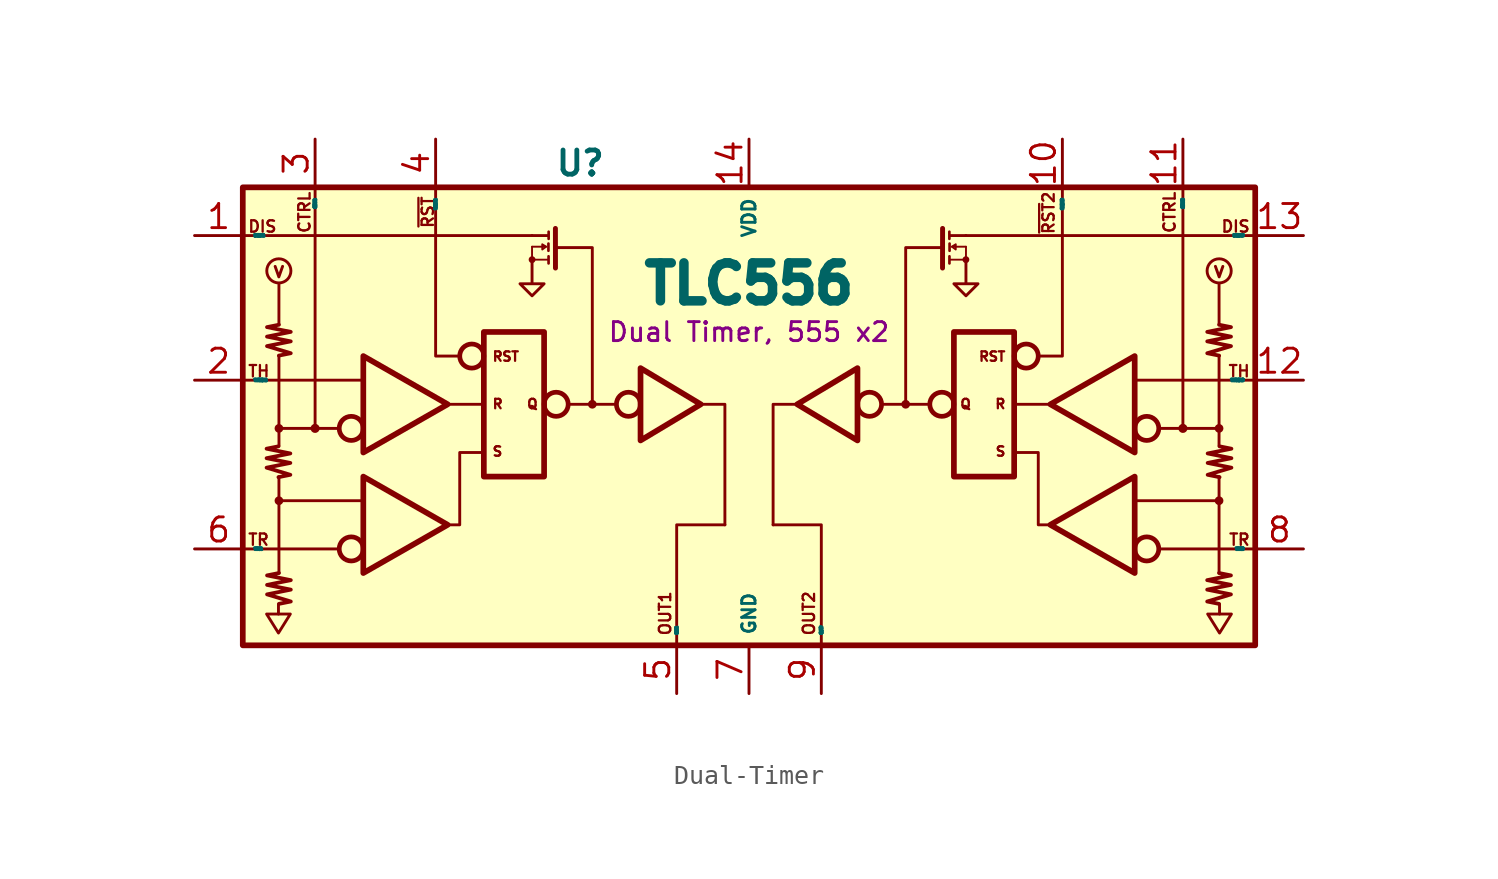
<source format=kicad_sym>
(kicad_symbol_lib
  (version 20241209)
  (generator "kicad_symbol_editor")
  (generator_version "9.0")
  (symbol "Dual-Timer"
    (property "Reference" "U"
      (at 11.43 3.81 0)
      (do_not_autoplace)
      (effects (font (size 1.27 1.27) (thickness 0.254) (bold yes))))
    (property "Value" "TLC556"
      (at 20.32 -2.54 0)
      (do_not_autoplace)
      (effects (font (size 2 2) (thickness 0.6) (bold yes))))
    (property "Description" "Dual Timer, 555 x2"
      (at 20.32 -5.08 0)
      (do_not_autoplace)
      (effects (font (size 1 1))))
    (symbol "Dual-Timer_0_1"
      (polyline (pts (xy -6.35 -7.62) (xy 0 -7.62)) (stroke (width 0) (type default)) (fill (type none)))
      (circle (center -0.635 -10.16) (radius 0.635) (stroke (width 0.25) (type default)) (fill (type none)))
      (circle (center -0.635 -16.51) (radius 0.635) (stroke (width 0.25) (type default)) (fill (type none)))
      (polyline (pts (xy 0 -11.43) (xy 0 -6.35) (xy 4.445 -8.89) (xy 0 -11.43)) (stroke (width 0.3) (type default)) (fill (type color) (color 194 194 194 0.54)))
      (polyline (pts (xy 0 -17.78) (xy 0 -12.7) (xy 4.445 -15.24) (xy 0 -17.78)) (stroke (width 0.3) (type default)) (fill (type color) (color 194 194 194 0.54)))
      (polyline (pts (xy 4.445 -8.89) (xy 6.35 -8.89)) (stroke (width 0) (type default)) (fill (type none)))
      (polyline (pts (xy 4.445 -15.24) (xy 5.08 -15.24) (xy 5.08 -11.43) (xy 6.35 -11.43)) (stroke (width 0) (type default)) (fill (type none)))
      (polyline (pts (xy 5.08 -6.35) (xy 3.81 -6.35) (xy 3.81 2.54)) (stroke (width 0) (type default)) (fill (type none)))
      (circle (center 5.715 -6.35) (radius 0.635) (stroke (width 0.25) (type default)) (fill (type none)))
      (rectangle (start 6.35 -5.08) (end 9.525 -12.7) (stroke (width 0.3) (type default)) (fill (type color) (color 194 194 194 0.54)))
      (circle (center 10.16 -8.89) (radius 0.635) (stroke (width 0.25) (type default)) (fill (type none)))
      (polyline (pts (xy 10.795 -8.89) (xy 13.335 -8.89) (xy 12.065 -8.89) (xy 12.065 -0.635) (xy 10.16 -0.635)) (stroke (width 0) (type default)) (fill (type none)))
      (circle (center 13.97 -8.89) (radius 0.635) (stroke (width 0.25) (type default)) (fill (type none)))
      (polyline (pts (xy 14.605 -10.795) (xy 14.605 -6.985) (xy 17.78 -8.89) (xy 14.605 -10.795)) (stroke (width 0.3) (type default)) (fill (type color) (color 194 194 194 0.54)))
      (polyline (pts (xy 26.035 -10.795) (xy 26.035 -6.985) (xy 22.86 -8.89) (xy 26.035 -10.795)) (stroke (width 0.3) (type default)) (fill (type color) (color 194 194 194 0.54)))
      (circle (center 26.67 -8.89) (radius 0.635) (stroke (width 0.25) (type default)) (fill (type none)))
      (polyline (pts (xy 29.845 -8.89) (xy 27.305 -8.89) (xy 28.575 -8.89) (xy 28.575 -0.635) (xy 30.48 -0.635)) (stroke (width 0) (type default)) (fill (type none)))
      (circle (center 30.48 -8.89) (radius 0.635) (stroke (width 0.25) (type default)) (fill (type none)))
      (rectangle (start 34.29 -5.08) (end 31.115 -12.7) (stroke (width 0.3) (type default)) (fill (type color) (color 194 194 194 0.54)))
      (circle (center 34.925 -6.35) (radius 0.635) (stroke (width 0.25) (type default)) (fill (type none)))
      (polyline (pts (xy 35.56 -6.35) (xy 36.83 -6.35) (xy 36.83 2.54)) (stroke (width 0) (type default)) (fill (type none)))
      (polyline (pts (xy 36.195 -8.89) (xy 34.29 -8.89)) (stroke (width 0) (type default)) (fill (type none)))
      (polyline (pts (xy 36.195 -15.24) (xy 35.56 -15.24) (xy 35.56 -11.43) (xy 34.29 -11.43)) (stroke (width 0) (type default)) (fill (type none)))
      (polyline (pts (xy 40.64 -11.43) (xy 40.64 -6.35) (xy 36.195 -8.89) (xy 40.64 -11.43)) (stroke (width 0.3) (type default)) (fill (type color) (color 194 194 194 0.54)))
      (polyline (pts (xy 40.64 -17.78) (xy 40.64 -12.7) (xy 36.195 -15.24) (xy 40.64 -17.78)) (stroke (width 0.3) (type default)) (fill (type color) (color 194 194 194 0.54)))
      (circle (center 41.275 -10.16) (radius 0.635) (stroke (width 0.25) (type default)) (fill (type none)))
      (circle (center 41.275 -16.51) (radius 0.635) (stroke (width 0.25) (type default)) (fill (type none)))
      (polyline (pts (xy 46.99 -7.62) (xy 40.64 -7.62)) (stroke (width 0) (type default)) (fill (type none))))
    (symbol "Dual-Timer_1_0"
      (pin input line (at -8.89 0 0) (length 2.54) (name "DISCH1" (effects (font (size 0.1 0.1)))) (number "1" (effects (font (size 1.27 1.27)))))
      (pin input line (at -8.89 -7.62 0) (length 2.54) (name "THRESH1" (effects (font (size 0.1 0.1)))) (number "2" (effects (font (size 1.27 1.27)))))
      (pin input line (at -8.89 -16.51 0) (length 2.54) (name "TRIG1" (effects (font (size 0.1 0.1)))) (number "6" (effects (font (size 1.27 1.27)))))
      (pin input line (at -2.54 5.08 270) (length 2.54) (name "CONT1" (effects (font (size 0.1 0.1)))) (number "3" (effects (font (size 1.27 1.27)))))
      (pin input line (at 3.81 5.08 270) (length 2.54) (name "RESET1" (effects (font (size 0.1 0.1)))) (number "4" (effects (font (size 1.27 1.27)))))
      (pin input line (at 16.51 -24.13 90) (length 2.54) (name "OUT1" (effects (font (size 0.1 0.1)))) (number "5" (effects (font (size 1.27 1.27)))))
      (pin input line (at 20.32 5.08 270) (length 2.54) (name "VDD" (effects (font (size 0.7 0.7)))) (number "14" (effects (font (size 1.27 1.27)))))
      (pin input line (at 20.32 -24.13 90) (length 2.54) (name "GND" (effects (font (size 0.7 0.7)))) (number "7" (effects (font (size 1.27 1.27)))))
      (pin input line (at 24.13 -24.13 90) (length 2.54) (name "OUT2" (effects (font (size 0.1 0.1)))) (number "9" (effects (font (size 1.27 1.27)))))
      (pin input line (at 36.83 5.08 270) (length 2.54) (name "RESET2" (effects (font (size 0.1 0.1)))) (number "10" (effects (font (size 1.27 1.27)))))
      (pin input line (at 43.18 5.08 270) (length 2.54) (name "CONT2" (effects (font (size 0.1 0.1)))) (number "11" (effects (font (size 1.27 1.27)))))
      (pin input line (at 49.53 0 180) (length 2.54) (name "DISCH2" (effects (font (size 0.1 0.1)))) (number "13" (effects (font (size 1.27 1.27)))))
      (pin input line (at 49.53 -7.62 180) (length 2.54) (name "THRESH2" (effects (font (size 0.1 0.1)))) (number "12" (effects (font (size 1.27 1.27)))))
      (pin input line (at 49.53 -16.51 180) (length 2.54) (name "TRIG2" (effects (font (size 0.1 0.1)))) (number "8" (effects (font (size 1.27 1.27))))))
    (symbol "Dual-Timer_1_1"
      (rectangle (start -6.35 2.54) (end 46.99 -21.59) (stroke (width 0.3) (type solid)) (fill (type background)))
      (polyline (pts (xy -5.095 -19.94) (xy -3.845 -19.94) (xy -4.47 -20.94) (xy -5.095 -19.94)) (stroke (width 0) (type default)) (fill (type none)))
      (polyline (pts (xy -4.645 -1.626) (xy -4.45 -2.178) (xy -4.252 -1.623)) (stroke (width 0) (type default)) (fill (type none)))
      (polyline (pts (xy -4.47 -11.105) (xy -5.095 -11.23) (xy -3.845 -11.48) (xy -5.095 -11.73) (xy -3.845 -11.98) (xy -5.095 -12.23) (xy -3.845 -12.605) (xy -4.47 -12.73)) (stroke (width 0.2) (type solid)) (fill (type none)))
      (polyline (pts (xy -4.47 -19.44) (xy -4.47 -19.94)) (stroke (width 0) (type default)) (fill (type none)))
      (circle (center -4.45 -1.861) (radius 0.636) (stroke (width 0) (type default)) (fill (type none)))
      (polyline (pts (xy -4.448 -4.7) (xy -5.073 -4.825) (xy -3.823 -5.075) (xy -5.073 -5.325) (xy -3.823 -5.575) (xy -5.073 -5.825) (xy -3.823 -6.2) (xy -4.448 -6.325)) (stroke (width 0.2) (type solid)) (fill (type none)))
      (polyline (pts (xy -4.445 -2.54) (xy -4.446 -4.687)) (stroke (width 0) (type default)) (fill (type none)))
      (circle (center -4.445 -10.16) (radius 0.154) (stroke (width 0) (type solid)) (fill (type outline)))
      (polyline (pts (xy -4.445 -10.16) (xy -4.445 -6.35)) (stroke (width 0) (type default)) (fill (type none)))
      (polyline (pts (xy -4.445 -10.16) (xy -4.442 -11.077)) (stroke (width 0) (type default)) (fill (type none)))
      (polyline (pts (xy -4.445 -12.7) (xy -4.445 -13.97) (xy -4.445 -17.78)) (stroke (width 0) (type default)) (fill (type none)))
      (circle (center -4.445 -13.97) (radius 0.154) (stroke (width 0) (type solid)) (fill (type outline)))
      (polyline (pts (xy -4.445 -13.97) (xy 0 -13.97)) (stroke (width 0) (type default)) (fill (type none)))
      (polyline (pts (xy -4.445 -17.78) (xy -5.07 -17.905) (xy -3.82 -18.155) (xy -5.07 -18.405) (xy -3.82 -18.655) (xy -5.07 -18.905) (xy -3.82 -19.28) (xy -4.445 -19.405)) (stroke (width 0.2) (type solid)) (fill (type none)))
      (polyline (pts (xy -2.54 2.54) (xy -2.54 -10.16)) (stroke (width 0) (type default)) (fill (type none)))
      (circle (center -2.54 -10.16) (radius 0.164) (stroke (width 0) (type solid)) (fill (type outline)))
      (polyline (pts (xy -1.27 -10.16) (xy -4.445 -10.16)) (stroke (width 0) (type default)) (fill (type none)))
      (polyline (pts (xy -1.27 -16.51) (xy -6.35 -16.51)) (stroke (width 0) (type default)) (fill (type none)))
      (polyline (pts (xy 8.89 0) (xy -6.35 0)) (stroke (width 0) (type default)) (fill (type none)))
      (polyline (pts (xy 8.89 -1.27) (xy 8.89 -2.54) (xy 9.525 -2.54) (xy 8.89 -3.175) (xy 8.255 -2.54) (xy 8.89 -2.54)) (stroke (width 0) (type default)) (fill (type none)))
      (circle (center 8.892 -1.27) (radius 0.105) (stroke (width 0) (type default)) (fill (type none)))
      (polyline (pts (xy 9.617 -0.588) (xy 8.894 -0.588)) (stroke (width 0.1) (type default)) (fill (type none)))
      (polyline (pts (xy 9.638 -0.588) (xy 9.427 -0.46) (xy 9.428 -0.736) (xy 9.634 -0.584)) (stroke (width 0.1) (type default)) (fill (type none)))
      (polyline (pts (xy 9.71 -0.001) (xy 8.89 0)) (stroke (width 0) (type default)) (fill (type none)))
      (polyline (pts (xy 9.718 -1.27) (xy 8.89 -1.27) (xy 8.889 -0.589)) (stroke (width 0.1) (type default)) (fill (type none)))
      (polyline (pts (xy 9.753 -0.423) (xy 9.753 -0.802)) (stroke (width 0.14) (type solid)) (fill (type background)))
      (polyline (pts (xy 9.76 -1.093) (xy 9.76 -1.468)) (stroke (width 0.14) (type solid)) (fill (type none)))
      (polyline (pts (xy 9.764 0.201) (xy 9.764 -0.174)) (stroke (width 0.14) (type solid)) (fill (type none)))
      (polyline (pts (xy 10.124 -1.712) (xy 10.121 0.374)) (stroke (width 0.26) (type solid)) (fill (type none)))
      (circle (center 12.065 -8.89) (radius 0.154) (stroke (width 0) (type solid)) (fill (type outline)))
      (polyline (pts (xy 17.78 -8.89) (xy 19.05 -8.89) (xy 19.05 -15.24)) (stroke (width 0) (type default)) (fill (type none)))
      (polyline (pts (xy 19.05 -15.24) (xy 16.51 -15.24) (xy 16.51 -21.59)) (stroke (width 0) (type default)) (fill (type none)))
      (polyline (pts (xy 21.59 -15.24) (xy 24.13 -15.24) (xy 24.13 -21.59)) (stroke (width 0) (type default)) (fill (type none)))
      (polyline (pts (xy 22.86 -8.89) (xy 21.59 -8.89) (xy 21.59 -15.24)) (stroke (width 0) (type default)) (fill (type none)))
      (circle (center 28.575 -8.89) (radius 0.154) (stroke (width 0) (type solid)) (fill (type outline)))
      (polyline (pts (xy 30.516 -1.712) (xy 30.519 0.374)) (stroke (width 0.26) (type solid)) (fill (type none)))
      (polyline (pts (xy 30.876 0.201) (xy 30.876 -0.174)) (stroke (width 0.14) (type solid)) (fill (type none)))
      (polyline (pts (xy 30.88 -1.093) (xy 30.88 -1.468)) (stroke (width 0.14) (type solid)) (fill (type none)))
      (polyline (pts (xy 30.887 -0.423) (xy 30.887 -0.802)) (stroke (width 0.14) (type solid)) (fill (type background)))
      (polyline (pts (xy 30.922 -1.27) (xy 31.75 -1.27) (xy 31.752 -0.589)) (stroke (width 0.1) (type default)) (fill (type none)))
      (polyline (pts (xy 30.93 -0.001) (xy 31.75 0)) (stroke (width 0) (type default)) (fill (type none)))
      (polyline (pts (xy 31.002 -0.588) (xy 31.213 -0.46) (xy 31.212 -0.736) (xy 31.006 -0.584)) (stroke (width 0.1) (type default)) (fill (type none)))
      (polyline (pts (xy 31.023 -0.588) (xy 31.746 -0.588)) (stroke (width 0.1) (type default)) (fill (type none)))
      (circle (center 31.748 -1.27) (radius 0.105) (stroke (width 0) (type default)) (fill (type none)))
      (polyline (pts (xy 31.75 0) (xy 46.99 0)) (stroke (width 0) (type default)) (fill (type none)))
      (polyline (pts (xy 31.75 -1.27) (xy 31.75 -2.54) (xy 31.115 -2.54) (xy 31.75 -3.175) (xy 32.385 -2.54) (xy 31.75 -2.54)) (stroke (width 0) (type default)) (fill (type none)))
      (polyline (pts (xy 41.91 -10.16) (xy 45.085 -10.16)) (stroke (width 0) (type default)) (fill (type none)))
      (polyline (pts (xy 41.91 -16.51) (xy 46.99 -16.51)) (stroke (width 0) (type default)) (fill (type none)))
      (polyline (pts (xy 43.18 2.54) (xy 43.18 -10.16)) (stroke (width 0) (type default)) (fill (type none)))
      (circle (center 43.18 -10.16) (radius 0.164) (stroke (width 0) (type solid)) (fill (type outline)))
      (polyline (pts (xy 45.085 -2.54) (xy 45.086 -4.687)) (stroke (width 0) (type default)) (fill (type none)))
      (polyline (pts (xy 45.085 -10.16) (xy 45.083 -11.077)) (stroke (width 0) (type default)) (fill (type none)))
      (polyline (pts (xy 45.085 -10.16) (xy 45.085 -6.35)) (stroke (width 0) (type default)) (fill (type none)))
      (circle (center 45.085 -10.16) (radius 0.154) (stroke (width 0) (type solid)) (fill (type outline)))
      (polyline (pts (xy 45.085 -12.7) (xy 45.085 -13.97) (xy 45.085 -17.78)) (stroke (width 0) (type default)) (fill (type none)))
      (polyline (pts (xy 45.085 -13.97) (xy 40.64 -13.97)) (stroke (width 0) (type default)) (fill (type none)))
      (circle (center 45.085 -13.97) (radius 0.154) (stroke (width 0) (type solid)) (fill (type outline)))
      (polyline (pts (xy 45.085 -17.78) (xy 45.71 -17.905) (xy 44.46 -18.155) (xy 45.71 -18.405) (xy 44.46 -18.655) (xy 45.71 -18.905) (xy 44.46 -19.28) (xy 45.085 -19.405)) (stroke (width 0.2) (type solid)) (fill (type none)))
      (polyline (pts (xy 45.088 -4.7) (xy 45.713 -4.825) (xy 44.463 -5.075) (xy 45.713 -5.325) (xy 44.463 -5.575) (xy 45.713 -5.825) (xy 44.463 -6.2) (xy 45.088 -6.325)) (stroke (width 0.2) (type solid)) (fill (type none)))
      (circle (center 45.09 -1.861) (radius 0.636) (stroke (width 0) (type default)) (fill (type none)))
      (polyline (pts (xy 45.11 -11.105) (xy 45.735 -11.23) (xy 44.485 -11.48) (xy 45.735 -11.73) (xy 44.485 -11.98) (xy 45.735 -12.23) (xy 44.485 -12.605) (xy 45.11 -12.73)) (stroke (width 0.2) (type solid)) (fill (type none)))
      (polyline (pts (xy 45.11 -19.44) (xy 45.11 -19.94)) (stroke (width 0) (type default)) (fill (type none)))
      (polyline (pts (xy 45.285 -1.626) (xy 45.09 -2.178) (xy 44.892 -1.623)) (stroke (width 0) (type default)) (fill (type none)))
      (polyline (pts (xy 45.735 -19.94) (xy 44.485 -19.94) (xy 45.11 -20.94) (xy 45.735 -19.94)) (stroke (width 0) (type default)) (fill (type none)))
      (text "DIS" (at -6.125 0.125 0) (effects (font (size 0.6 0.6) (thickness 0.12) (bold yes)) (justify left bottom)))
      (text "TH" (at -6.125 -7.5 0) (effects (font (size 0.6 0.6) (thickness 0.12) (bold yes)) (justify left bottom)))
      (text "TR" (at -6.125 -16.375 0) (effects (font (size 0.6 0.6) (thickness 0.12) (bold yes)) (justify left bottom)))
      (text "CTRL" (at -2.75 2.375 900) (effects (font (size 0.6 0.6) (thickness 0.12) (bold yes)) (justify right bottom)))
      (text "~{RST}" (at 3.75 2.125 900) (effects (font (size 0.6 0.6) (thickness 0.12) (bold yes)) (justify right bottom)))
      (text "RST" (at 6.75 -6.375 0) (effects (font (size 0.5 0.5) (thickness 0.12) (bold yes)) (justify left)))
      (text "R" (at 6.75 -8.875 0) (effects (font (size 0.5 0.5) (thickness 0.12) (bold yes)) (justify left)))
      (text "S" (at 6.75 -11.375 0) (effects (font (size 0.5 0.5) (thickness 0.12) (bold yes)) (justify left)))
      (text "Q" (at 9.25 -8.875 0) (effects (font (size 0.5 0.5) (thickness 0.12) (bold yes)) (justify right)))
      (text "OUT1" (at 16.25 -21.125 900) (effects (font (size 0.6 0.6) (thickness 0.12) (bold yes)) (justify left bottom)))
      (text "OUT2" (at 23.125 -21.125 900) (effects (font (size 0.6 0.6) (thickness 0.12) (bold yes)) (justify left top)))
      (text "Q" (at 31.39 -8.875 0) (effects (font (size 0.5 0.5) (thickness 0.12) (bold yes)) (justify left)))
      (text "RST" (at 33.89 -6.375 0) (effects (font (size 0.5 0.5) (thickness 0.12) (bold yes)) (justify right)))
      (text "R" (at 33.89 -8.875 0) (effects (font (size 0.5 0.5) (thickness 0.12) (bold yes)) (justify right)))
      (text "S" (at 33.89 -11.375 0) (effects (font (size 0.5 0.5) (thickness 0.12) (bold yes)) (justify right)))
      (text "~{RST}2" (at 35.75 2.375 900) (effects (font (size 0.6 0.6) (thickness 0.12) (bold yes)) (justify right top)))
      (text "CTRL" (at 42.125 2.375 900) (effects (font (size 0.6 0.6) (thickness 0.12) (bold yes)) (justify right top)))
      (text "DIS" (at 46.765 0.125 0) (effects (font (size 0.6 0.6) (thickness 0.12) (bold yes)) (justify right bottom)))
      (text "TH" (at 46.765 -7.5 0) (effects (font (size 0.6 0.6) (thickness 0.12) (bold yes)) (justify right bottom)))
      (text "TR" (at 46.765 -16.375 0) (effects (font (size 0.6 0.6) (thickness 0.12) (bold yes)) (justify right bottom))))))
</source>
